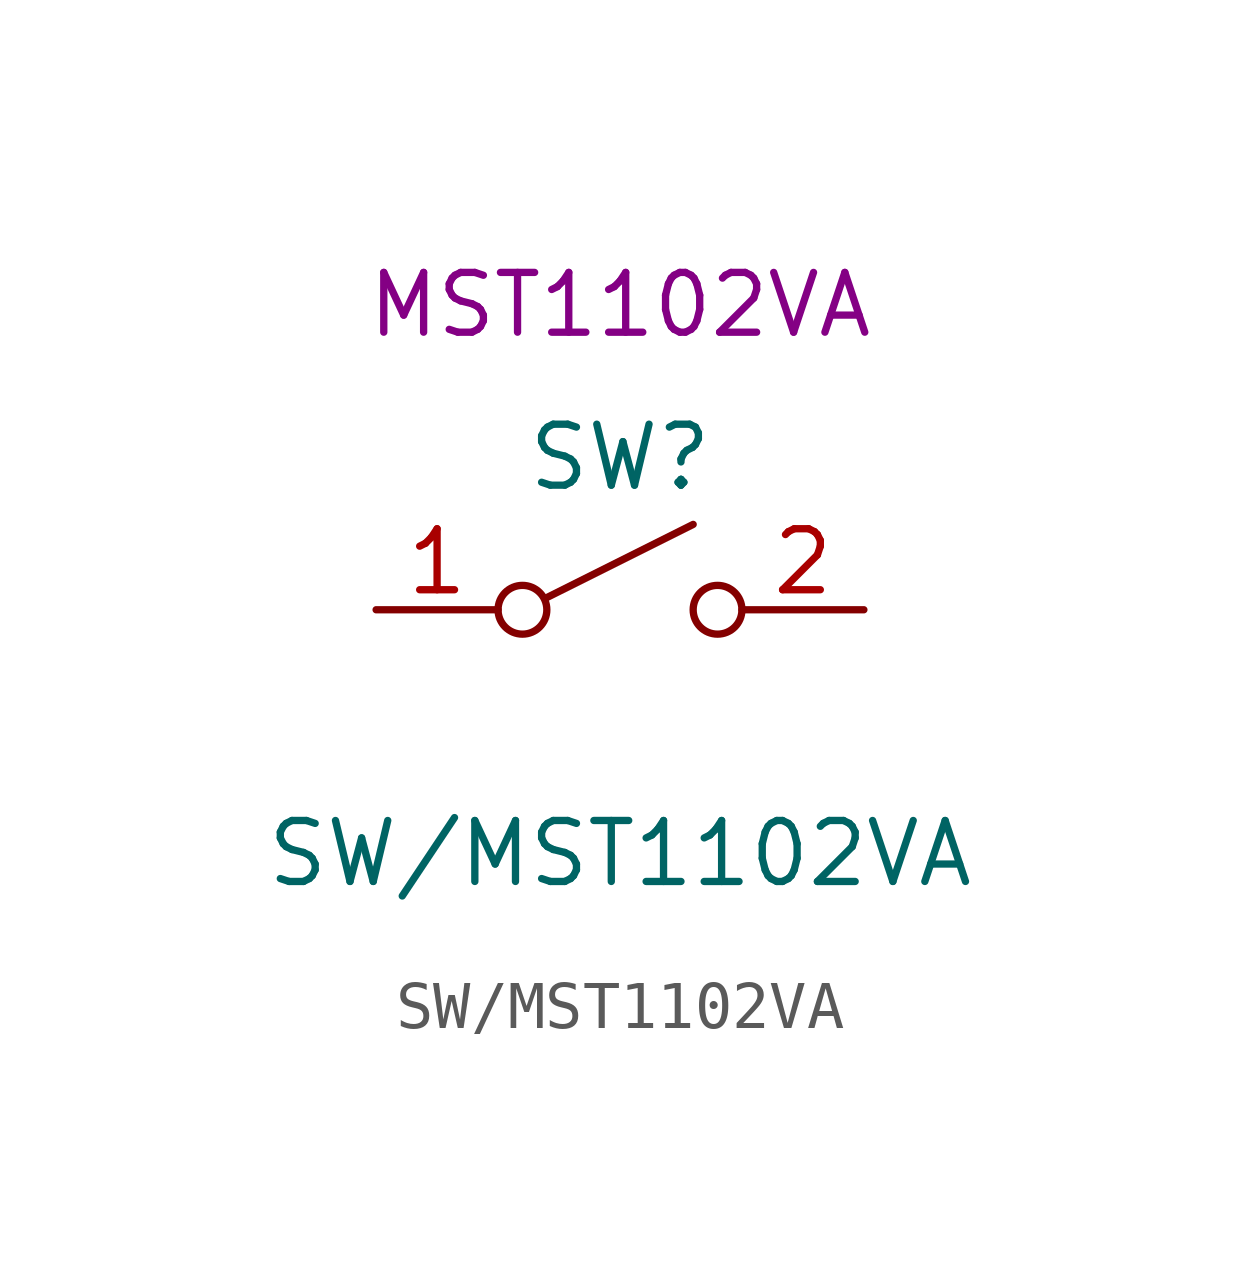
<source format=kicad_sym>
(kicad_symbol_lib
  (version 20220914)
  (generator kicad_symbol_editor)
  (symbol "SW/MST1102VA"
    (pin_names
      (offset 0) hide)
    (property "Reference" "SW"
      (at 0 3.175 0)
      (effects (font (size 1.27 1.27))))
    (property "Value" "SW/MST1102VA"
      (at 0 -5.08 0)
      (effects (font (size 1.27 1.27))))
    (property "PART NUMBER" "MST1102VA"
      (at 0 6.35 0)
      (effects (font (size 1.245 1.245))))
    (symbol "SW/MST1102VA_0_0"
      (circle (center -2.032 0) (radius 0.508) (stroke (width 0) (type default)) (fill (type none)))
      (polyline (pts (xy -1.524 0.254) (xy 1.524 1.778)) (stroke (width 0) (type default)) (fill (type none)))
      (circle (center 2.032 0) (radius 0.508) (stroke (width 0) (type default)) (fill (type none))))
    (symbol "SW/MST1102VA_1_1"
      (pin passive line (at -5.08 0 0) (length 2.54) (name "A" (effects (font (size 1.27 1.27)))) (number "1" (effects (font (size 1.27 1.27)))))
      (pin passive line (at 5.08 0 180) (length 2.54) (name "B" (effects (font (size 1.27 1.27)))) (number "2" (effects (font (size 1.27 1.27))))))))
</source>
